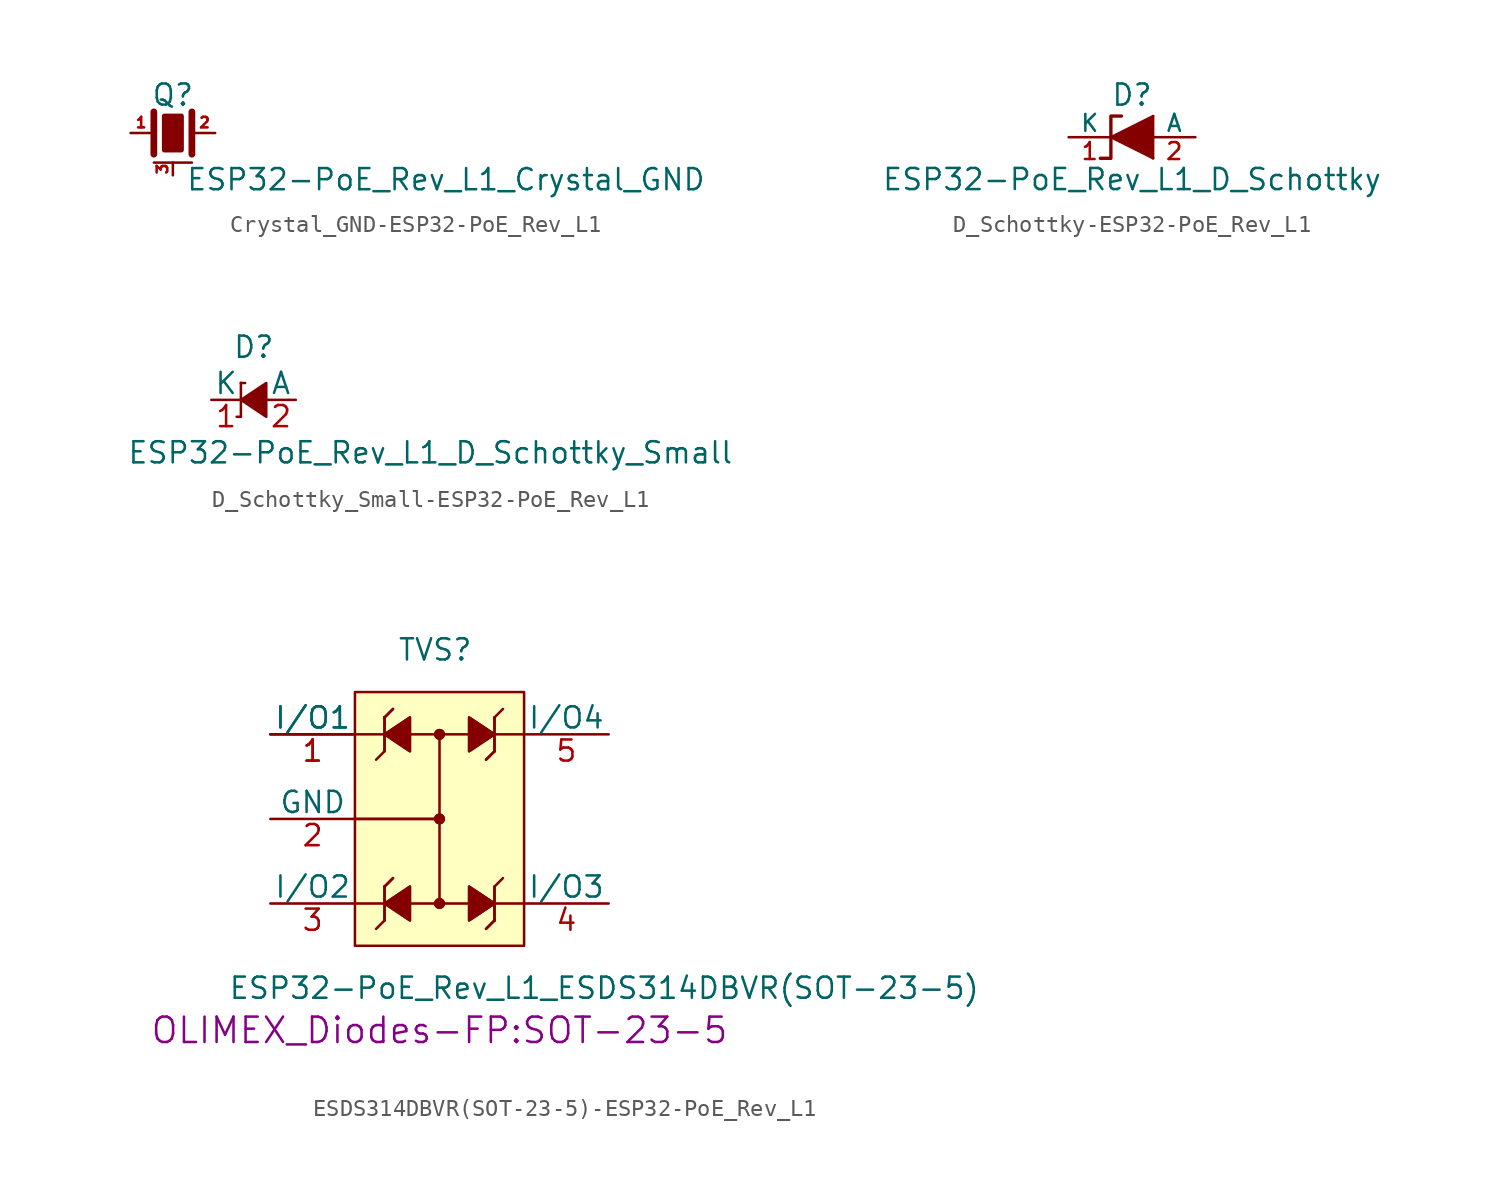
<source format=kicad_sym>
(kicad_symbol_lib
  (version 20220914)
  (generator kicad_symbol_editor)
  (symbol "Crystal_GND-ESP32-PoE_Rev_L1"
    (pin_names
      (offset 1.016) hide)
    (property "Reference" "Q"
      (at 0 2.286 0)
      (effects (font (size 1.27 1.27))))
    (property "Value" "ESP32-PoE_Rev_L1_Crystal_GND"
      (at 0.762 -2.794 0)
      (effects (font (size 1.27 1.27)) (justify left)))
    (property "Footprint" ""
      (at 0 0 0)
      (effects (font (size 1.524 1.524))))
    (property "Datasheet" ""
      (at 0 0 0)
      (effects (font (size 1.524 1.524))))
    (symbol "Crystal_GND-ESP32-PoE_Rev_L1_0_1"
      (polyline (pts (xy -1.143 -1.778) (xy 1.143 -1.778)) (stroke (width 0) (type solid)) (fill (type none)))
      (polyline (pts (xy -1.143 1.27) (xy -1.143 -1.27)) (stroke (width 0.406) (type solid)) (fill (type none)))
      (polyline (pts (xy 1.143 1.27) (xy 1.143 -1.27)) (stroke (width 0.406) (type solid)) (fill (type none)))
      (polyline (pts (xy -0.508 1.016) (xy 0.508 1.016) (xy 0.508 -1.016) (xy -0.508 -1.016) (xy -0.508 1.016)) (stroke (width 0.305) (type solid)) (fill (type outline))))
    (symbol "Crystal_GND-ESP32-PoE_Rev_L1_1_1"
      (pin passive line (at -2.54 0 0) (length 1.27) (name "1" (effects (font (size 0.508 0.508)))) (number "1" (effects (font (size 0.635 0.635)))))
      (pin passive line (at 2.54 0 180) (length 1.27) (name "2" (effects (font (size 0.508 0.508)))) (number "2" (effects (font (size 0.635 0.635)))))
      (pin passive line (at 0 -2.54 90) (length 0.762) (name "case" (effects (font (size 0.508 0.508)))) (number "3" (effects (font (size 0.635 0.635)))))))
  (symbol "D_Schottky-ESP32-PoE_Rev_L1"
    (pin_names
      (offset 0))
    (property "Reference" "D"
      (at 0 2.54 0)
      (effects (font (size 1.27 1.27))))
    (property "Value" "ESP32-PoE_Rev_L1_D_Schottky"
      (at 0 -2.54 0)
      (effects (font (size 1.27 1.27))))
    (property "Footprint" ""
      (at 0 0 0)
      (effects (font (size 1.524 1.524))))
    (property "Datasheet" ""
      (at 0 0 0)
      (effects (font (size 1.524 1.524))))
    (symbol "D_Schottky-ESP32-PoE_Rev_L1_0_1"
      (polyline (pts (xy 1.27 -1.27) (xy -1.27 0) (xy 1.27 1.27)) (stroke (width 0) (type solid)) (fill (type outline)))
      (polyline (pts (xy -0.635 1.27) (xy -1.27 1.27) (xy -1.27 -1.27) (xy -1.905 -1.27)) (stroke (width 0.203) (type solid)) (fill (type none)))
      (rectangle (start 1.27 1.27) (end 1.27 -1.27) (stroke (width 0) (type solid)) (fill (type none))))
    (symbol "D_Schottky-ESP32-PoE_Rev_L1_1_1"
      (pin passive line (at -3.81 0 0) (length 2.54) (name "K" (effects (font (size 1.016 1.016)))) (number "1" (effects (font (size 1.016 1.016)))))
      (pin passive line (at 3.81 0 180) (length 2.54) (name "A" (effects (font (size 1.016 1.016)))) (number "2" (effects (font (size 1.016 1.016)))))))
  (symbol "D_Schottky_Small-ESP32-PoE_Rev_L1"
    (pin_names
      (offset 0))
    (property "Reference" "D"
      (at -1.27 3.175 0)
      (effects (font (size 1.27 1.27)) (justify left)))
    (property "Value" "ESP32-PoE_Rev_L1_D_Schottky_Small"
      (at -7.62 -3.175 0)
      (effects (font (size 1.27 1.27)) (justify left)))
    (property "Footprint" ""
      (at 0 0 90)
      (effects (font (size 1.524 1.524))))
    (property "Datasheet" ""
      (at 0 0 90)
      (effects (font (size 1.524 1.524))))
    (symbol "D_Schottky_Small-ESP32-PoE_Rev_L1_0_1"
      (polyline (pts (xy -0.762 -1.016) (xy -1.016 -1.016)) (stroke (width 0) (type solid)) (fill (type none)))
      (polyline (pts (xy -0.762 -1.016) (xy -0.762 1.016)) (stroke (width 0) (type solid)) (fill (type none)))
      (polyline (pts (xy -0.762 1.016) (xy -0.762 1.016)) (stroke (width 0) (type solid)) (fill (type none)))
      (polyline (pts (xy -0.762 1.016) (xy -0.508 1.016)) (stroke (width 0) (type solid)) (fill (type none)))
      (polyline (pts (xy 0.762 -1.016) (xy -0.762 0) (xy 0.762 1.016) (xy 0.762 -1.016)) (stroke (width 0) (type solid)) (fill (type outline))))
    (symbol "D_Schottky_Small-ESP32-PoE_Rev_L1_1_1"
      (pin passive line (at -2.54 0 0) (length 1.778) (name "K" (effects (font (size 1.27 1.27)))) (number "1" (effects (font (size 1.27 1.27)))))
      (pin passive line (at 2.54 0 180) (length 1.778) (name "A" (effects (font (size 1.27 1.27)))) (number "2" (effects (font (size 1.27 1.27)))))))
  (symbol "ESDS314DBVR(SOT-23-5)-ESP32-PoE_Rev_L1"
    (pin_names
      (offset 0))
    (property "Reference" "TVS"
      (at -2.54 10.16 0)
      (effects (font (size 1.27 1.27)) (justify left)))
    (property "Value" "ESP32-PoE_Rev_L1_ESDS314DBVR(SOT-23-5)"
      (at -12.7 -10.16 0)
      (effects (font (size 1.27 1.27)) (justify left)))
    (property "Footprint" "OLIMEX_Diodes-FP:SOT-23-5"
      (at 0 -12.7 0)
      (effects (font (size 1.524 1.524))))
    (property "Datasheet" ""
      (at -2.54 5.08 90)
      (effects (font (size 1.524 1.524))))
    (symbol "ESDS314DBVR(SOT-23-5)-ESP32-PoE_Rev_L1_0_1"
      (rectangle (start -5.08 7.62) (end 5.08 -7.62) (stroke (width 0) (type solid)) (fill (type background)))
      (circle (center 0 -5.08) (radius 0.254) (stroke (width 0) (type solid)) (fill (type outline)))
      (circle (center 0 -5.08) (radius 0.254) (stroke (width 0) (type solid)) (fill (type outline)))
      (polyline (pts (xy -5.08 5.08) (xy 5.08 5.08)) (stroke (width 0) (type solid)) (fill (type none)))
      (polyline (pts (xy -3.302 -6.096) (xy -3.81 -6.604)) (stroke (width 0) (type solid)) (fill (type none)))
      (polyline (pts (xy -3.302 -6.096) (xy -3.302 -4.064)) (stroke (width 0) (type solid)) (fill (type none)))
      (polyline (pts (xy -3.302 -6.096) (xy -3.302 -4.064)) (stroke (width 0) (type solid)) (fill (type none)))
      (polyline (pts (xy -3.302 -4.064) (xy -3.302 -4.064)) (stroke (width 0) (type solid)) (fill (type none)))
      (polyline (pts (xy -3.302 -4.064) (xy -3.302 -4.064)) (stroke (width 0) (type solid)) (fill (type none)))
      (polyline (pts (xy -3.302 -4.064) (xy -2.794 -3.556)) (stroke (width 0) (type solid)) (fill (type none)))
      (polyline (pts (xy -3.302 -4.064) (xy -2.794 -3.556)) (stroke (width 0) (type solid)) (fill (type none)))
      (polyline (pts (xy -3.302 4.064) (xy -3.81 3.556)) (stroke (width 0) (type solid)) (fill (type none)))
      (polyline (pts (xy -3.302 4.064) (xy -3.302 6.096)) (stroke (width 0) (type solid)) (fill (type none)))
      (polyline (pts (xy -3.302 4.064) (xy -3.302 6.096)) (stroke (width 0) (type solid)) (fill (type none)))
      (polyline (pts (xy -3.302 6.096) (xy -3.302 6.096)) (stroke (width 0) (type solid)) (fill (type none)))
      (polyline (pts (xy -3.302 6.096) (xy -3.302 6.096)) (stroke (width 0) (type solid)) (fill (type none)))
      (polyline (pts (xy -3.302 6.096) (xy -2.794 6.604)) (stroke (width 0) (type solid)) (fill (type none)))
      (polyline (pts (xy -3.302 6.096) (xy -2.794 6.604)) (stroke (width 0) (type solid)) (fill (type none)))
      (polyline (pts (xy 0 0) (xy -5.08 0)) (stroke (width 0) (type solid)) (fill (type none)))
      (polyline (pts (xy 0 0) (xy -5.08 0)) (stroke (width 0) (type solid)) (fill (type none)))
      (polyline (pts (xy 0 5.08) (xy 0 -5.08)) (stroke (width 0) (type solid)) (fill (type none)))
      (polyline (pts (xy 3.302 -6.096) (xy 2.794 -6.604)) (stroke (width 0) (type solid)) (fill (type none)))
      (polyline (pts (xy 3.302 -6.096) (xy 2.794 -6.604)) (stroke (width 0) (type solid)) (fill (type none)))
      (polyline (pts (xy 3.302 -6.096) (xy 3.302 -6.096)) (stroke (width 0) (type solid)) (fill (type none)))
      (polyline (pts (xy 3.302 -6.096) (xy 3.302 -6.096)) (stroke (width 0) (type solid)) (fill (type none)))
      (polyline (pts (xy 3.302 -4.064) (xy 3.302 -6.096)) (stroke (width 0) (type solid)) (fill (type none)))
      (polyline (pts (xy 3.302 -4.064) (xy 3.302 -6.096)) (stroke (width 0) (type solid)) (fill (type none)))
      (polyline (pts (xy 3.302 -4.064) (xy 3.81 -3.556)) (stroke (width 0) (type solid)) (fill (type none)))
      (polyline (pts (xy 3.302 4.064) (xy 2.794 3.556)) (stroke (width 0) (type solid)) (fill (type none)))
      (polyline (pts (xy 3.302 4.064) (xy 2.794 3.556)) (stroke (width 0) (type solid)) (fill (type none)))
      (polyline (pts (xy 3.302 4.064) (xy 3.302 4.064)) (stroke (width 0) (type solid)) (fill (type none)))
      (polyline (pts (xy 3.302 4.064) (xy 3.302 4.064)) (stroke (width 0) (type solid)) (fill (type none)))
      (polyline (pts (xy 3.302 6.096) (xy 3.302 4.064)) (stroke (width 0) (type solid)) (fill (type none)))
      (polyline (pts (xy 3.302 6.096) (xy 3.302 4.064)) (stroke (width 0) (type solid)) (fill (type none)))
      (polyline (pts (xy 3.302 6.096) (xy 3.81 6.604)) (stroke (width 0) (type solid)) (fill (type none)))
      (polyline (pts (xy 5.08 -5.08) (xy -5.08 -5.08)) (stroke (width 0) (type solid)) (fill (type none)))
      (polyline (pts (xy -1.778 -6.096) (xy -3.302 -5.08) (xy -1.778 -4.064) (xy -1.778 -6.096)) (stroke (width 0) (type solid)) (fill (type outline)))
      (polyline (pts (xy -1.778 -6.096) (xy -3.302 -5.08) (xy -1.778 -4.064) (xy -1.778 -6.096)) (stroke (width 0) (type solid)) (fill (type outline)))
      (polyline (pts (xy -1.778 4.064) (xy -3.302 5.08) (xy -1.778 6.096) (xy -1.778 4.064)) (stroke (width 0) (type solid)) (fill (type outline)))
      (polyline (pts (xy -1.778 4.064) (xy -3.302 5.08) (xy -1.778 6.096) (xy -1.778 4.064)) (stroke (width 0) (type solid)) (fill (type outline)))
      (polyline (pts (xy 1.778 -4.064) (xy 3.302 -5.08) (xy 1.778 -6.096) (xy 1.778 -4.064)) (stroke (width 0) (type solid)) (fill (type outline)))
      (polyline (pts (xy 1.778 -4.064) (xy 3.302 -5.08) (xy 1.778 -6.096) (xy 1.778 -4.064)) (stroke (width 0) (type solid)) (fill (type outline)))
      (polyline (pts (xy 1.778 6.096) (xy 3.302 5.08) (xy 1.778 4.064) (xy 1.778 6.096)) (stroke (width 0) (type solid)) (fill (type outline)))
      (polyline (pts (xy 1.778 6.096) (xy 3.302 5.08) (xy 1.778 4.064) (xy 1.778 6.096)) (stroke (width 0) (type solid)) (fill (type outline)))
      (circle (center 0 0) (radius 0.254) (stroke (width 0) (type solid)) (fill (type outline)))
      (circle (center 0 0) (radius 0.254) (stroke (width 0) (type solid)) (fill (type outline)))
      (circle (center 0 5.08) (radius 0.254) (stroke (width 0) (type solid)) (fill (type outline)))
      (circle (center 0 5.08) (radius 0.254) (stroke (width 0) (type solid)) (fill (type outline))))
    (symbol "ESDS314DBVR(SOT-23-5)-ESP32-PoE_Rev_L1_1_1"
      (pin passive line (at -10.16 5.08 0) (length 5.08) (name "I/O1" (effects (font (size 1.27 1.27)))) (number "1" (effects (font (size 1.27 1.27)))))
      (pin passive line (at -10.16 5.08 0) (length 5.08) (name "I/O1" (effects (font (size 1.27 1.27)))) (number "1" (effects (font (size 1.27 1.27)))))
      (pin passive line (at -10.16 0 0) (length 5.08) (name "GND" (effects (font (size 1.27 1.27)))) (number "2" (effects (font (size 1.27 1.27)))))
      (pin passive line (at -10.16 -5.08 0) (length 5.08) (name "I/O2" (effects (font (size 1.27 1.27)))) (number "3" (effects (font (size 1.27 1.27)))))
      (pin passive line (at 10.16 -5.08 180) (length 5.08) (name "I/O3" (effects (font (size 1.27 1.27)))) (number "4" (effects (font (size 1.27 1.27)))))
      (pin passive line (at 10.16 5.08 180) (length 5.08) (name "I/O4" (effects (font (size 1.27 1.27)))) (number "5" (effects (font (size 1.27 1.27))))))))
</source>
